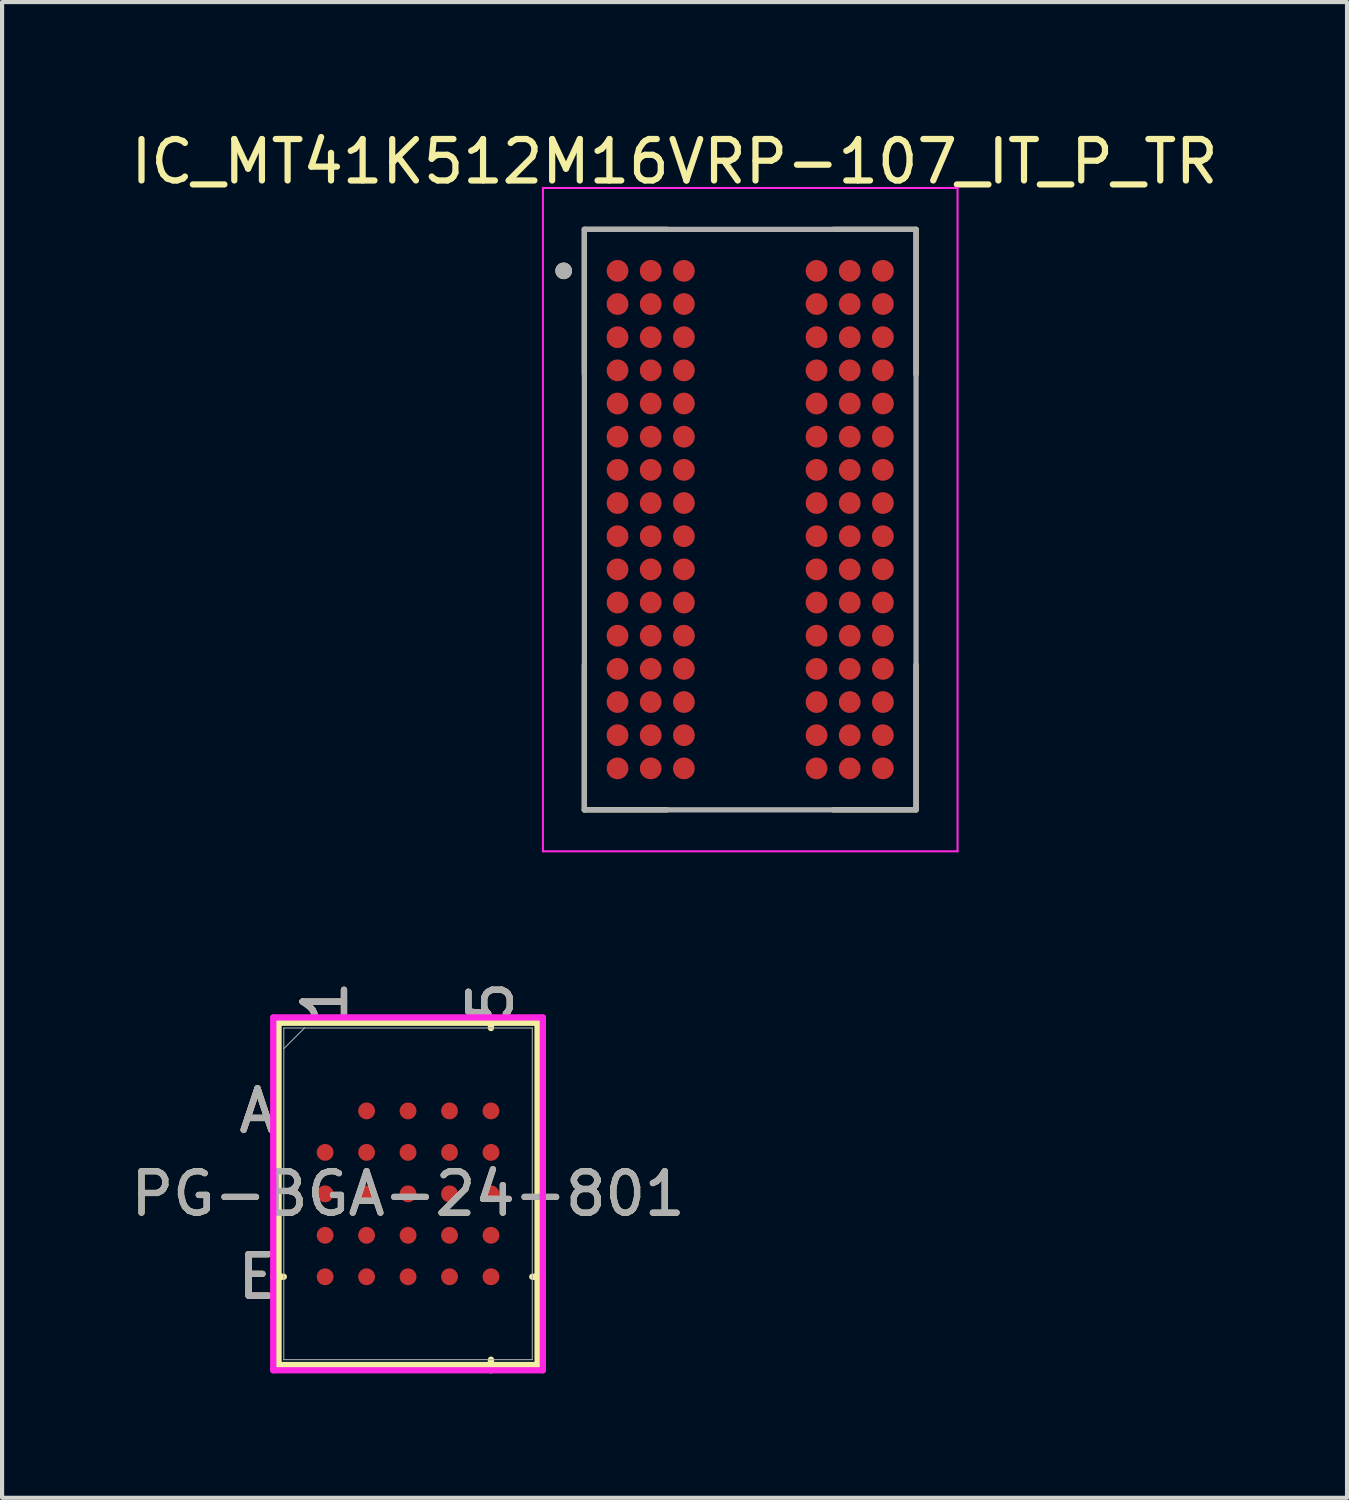
<source format=kicad_pcb>
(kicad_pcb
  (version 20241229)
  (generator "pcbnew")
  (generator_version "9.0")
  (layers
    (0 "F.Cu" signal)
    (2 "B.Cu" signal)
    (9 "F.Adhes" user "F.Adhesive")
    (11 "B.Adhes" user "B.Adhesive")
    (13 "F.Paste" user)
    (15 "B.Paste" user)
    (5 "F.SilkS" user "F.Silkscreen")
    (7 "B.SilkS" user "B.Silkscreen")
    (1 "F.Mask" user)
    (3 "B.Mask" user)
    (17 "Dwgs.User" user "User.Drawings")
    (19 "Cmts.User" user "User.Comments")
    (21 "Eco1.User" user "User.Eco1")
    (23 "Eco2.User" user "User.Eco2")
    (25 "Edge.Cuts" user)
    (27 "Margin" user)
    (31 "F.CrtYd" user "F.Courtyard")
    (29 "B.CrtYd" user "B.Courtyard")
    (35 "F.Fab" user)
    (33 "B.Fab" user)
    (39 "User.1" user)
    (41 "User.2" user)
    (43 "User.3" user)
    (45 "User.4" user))
  (footprint "IC_MT41K512M16VRP-107_IT_P_TR"
    (layer "F.Cu")
    (at 15.045 9.483)
    (property "Reference" "IC_MT41K512M16VRP-107_IT_P_TR" (at -1.825 -8.635 0) (layer "F.SilkS") (effects (font (size 1 1) (thickness 0.15))))
    (attr smd)
    (fp_line (start -4 -7) (end -4 -3.5) (stroke (width 0.127) (type solid)) (layer "F.SilkS"))
    (fp_line (start -4 -7) (end -2 -7) (stroke (width 0.127) (type solid)) (layer "F.SilkS"))
    (fp_line (start -4 3.5) (end -4 7) (stroke (width 0.127) (type solid)) (layer "F.SilkS"))
    (fp_line (start -4 7) (end -2 7) (stroke (width 0.127) (type solid)) (layer "F.SilkS"))
    (fp_line (start 2 -7) (end 4 -7) (stroke (width 0.127) (type solid)) (layer "F.SilkS"))
    (fp_line (start 2 7) (end 4 7) (stroke (width 0.127) (type solid)) (layer "F.SilkS"))
    (fp_line (start 4 -7) (end 4 -3.5) (stroke (width 0.127) (type solid)) (layer "F.SilkS"))
    (fp_line (start 4 3.5) (end 4 7) (stroke (width 0.127) (type solid)) (layer "F.SilkS"))
    (fp_circle (center -4.5 -6) (end -4.4 -6) (stroke (width 0.2) (type solid)) (fill no) (layer "F.SilkS"))
    (fp_line (start -5 -8) (end 5 -8) (stroke (width 0.05) (type solid)) (layer "F.CrtYd"))
    (fp_line (start -5 8) (end -5 -8) (stroke (width 0.05) (type solid)) (layer "F.CrtYd"))
    (fp_line (start -5 8) (end 5 8) (stroke (width 0.05) (type solid)) (layer "F.CrtYd"))
    (fp_line (start 5 8) (end 5 -8) (stroke (width 0.05) (type solid)) (layer "F.CrtYd"))
    (fp_line (start -4 7) (end -4 -7) (stroke (width 0.127) (type solid)) (layer "F.Fab"))
    (fp_line (start 4 -7) (end -4 -7) (stroke (width 0.127) (type solid)) (layer "F.Fab"))
    (fp_line (start 4 7) (end -4 7) (stroke (width 0.127) (type solid)) (layer "F.Fab"))
    (fp_line (start 4 7) (end 4 -7) (stroke (width 0.127) (type solid)) (layer "F.Fab"))
    (fp_circle (center -4.5 -6) (end -4.4 -6) (stroke (width 0.2) (type solid)) (fill no) (layer "F.Fab"))
    (pad "A1" smd circle (at -3.2 -6) (size 0.525 0.525) (layers "F.Cu" "F.Mask" "F.Paste"))
    (pad "A2" smd circle (at -2.4 -6) (size 0.525 0.525) (layers "F.Cu" "F.Mask" "F.Paste"))
    (pad "A3" smd circle (at -1.6 -6) (size 0.525 0.525) (layers "F.Cu" "F.Mask" "F.Paste"))
    (pad "A7" smd circle (at 1.6 -6) (size 0.525 0.525) (layers "F.Cu" "F.Mask" "F.Paste"))
    (pad "A8" smd circle (at 2.4 -6) (size 0.525 0.525) (layers "F.Cu" "F.Mask" "F.Paste"))
    (pad "A9" smd circle (at 3.2 -6) (size 0.525 0.525) (layers "F.Cu" "F.Mask" "F.Paste"))
    (pad "B1" smd circle (at -3.2 -5.2) (size 0.525 0.525) (layers "F.Cu" "F.Mask" "F.Paste"))
    (pad "B2" smd circle (at -2.4 -5.2) (size 0.525 0.525) (layers "F.Cu" "F.Mask" "F.Paste"))
    (pad "B3" smd circle (at -1.6 -5.2) (size 0.525 0.525) (layers "F.Cu" "F.Mask" "F.Paste"))
    (pad "B7" smd circle (at 1.6 -5.2) (size 0.525 0.525) (layers "F.Cu" "F.Mask" "F.Paste"))
    (pad "B8" smd circle (at 2.4 -5.2) (size 0.525 0.525) (layers "F.Cu" "F.Mask" "F.Paste"))
    (pad "B9" smd circle (at 3.2 -5.2) (size 0.525 0.525) (layers "F.Cu" "F.Mask" "F.Paste"))
    (pad "C1" smd circle (at -3.2 -4.4) (size 0.525 0.525) (layers "F.Cu" "F.Mask" "F.Paste"))
    (pad "C2" smd circle (at -2.4 -4.4) (size 0.525 0.525) (layers "F.Cu" "F.Mask" "F.Paste"))
    (pad "C3" smd circle (at -1.6 -4.4) (size 0.525 0.525) (layers "F.Cu" "F.Mask" "F.Paste"))
    (pad "C7" smd circle (at 1.6 -4.4) (size 0.525 0.525) (layers "F.Cu" "F.Mask" "F.Paste"))
    (pad "C8" smd circle (at 2.4 -4.4) (size 0.525 0.525) (layers "F.Cu" "F.Mask" "F.Paste"))
    (pad "C9" smd circle (at 3.2 -4.4) (size 0.525 0.525) (layers "F.Cu" "F.Mask" "F.Paste"))
    (pad "D1" smd circle (at -3.2 -3.6) (size 0.525 0.525) (layers "F.Cu" "F.Mask" "F.Paste"))
    (pad "D2" smd circle (at -2.4 -3.6) (size 0.525 0.525) (layers "F.Cu" "F.Mask" "F.Paste"))
    (pad "D3" smd circle (at -1.6 -3.6) (size 0.525 0.525) (layers "F.Cu" "F.Mask" "F.Paste"))
    (pad "D7" smd circle (at 1.6 -3.6) (size 0.525 0.525) (layers "F.Cu" "F.Mask" "F.Paste"))
    (pad "D8" smd circle (at 2.4 -3.6) (size 0.525 0.525) (layers "F.Cu" "F.Mask" "F.Paste"))
    (pad "D9" smd circle (at 3.2 -3.6) (size 0.525 0.525) (layers "F.Cu" "F.Mask" "F.Paste"))
    (pad "E1" smd circle (at -3.2 -2.8) (size 0.525 0.525) (layers "F.Cu" "F.Mask" "F.Paste"))
    (pad "E2" smd circle (at -2.4 -2.8) (size 0.525 0.525) (layers "F.Cu" "F.Mask" "F.Paste"))
    (pad "E3" smd circle (at -1.6 -2.8) (size 0.525 0.525) (layers "F.Cu" "F.Mask" "F.Paste"))
    (pad "E7" smd circle (at 1.6 -2.8) (size 0.525 0.525) (layers "F.Cu" "F.Mask" "F.Paste"))
    (pad "E8" smd circle (at 2.4 -2.8) (size 0.525 0.525) (layers "F.Cu" "F.Mask" "F.Paste"))
    (pad "E9" smd circle (at 3.2 -2.8) (size 0.525 0.525) (layers "F.Cu" "F.Mask" "F.Paste"))
    (pad "F1" smd circle (at -3.2 -2) (size 0.525 0.525) (layers "F.Cu" "F.Mask" "F.Paste"))
    (pad "F2" smd circle (at -2.4 -2) (size 0.525 0.525) (layers "F.Cu" "F.Mask" "F.Paste"))
    (pad "F3" smd circle (at -1.6 -2) (size 0.525 0.525) (layers "F.Cu" "F.Mask" "F.Paste"))
    (pad "F7" smd circle (at 1.6 -2) (size 0.525 0.525) (layers "F.Cu" "F.Mask" "F.Paste"))
    (pad "F8" smd circle (at 2.4 -2) (size 0.525 0.525) (layers "F.Cu" "F.Mask" "F.Paste"))
    (pad "F9" smd circle (at 3.2 -2) (size 0.525 0.525) (layers "F.Cu" "F.Mask" "F.Paste"))
    (pad "G1" smd circle (at -3.2 -1.2) (size 0.525 0.525) (layers "F.Cu" "F.Mask" "F.Paste"))
    (pad "G2" smd circle (at -2.4 -1.2) (size 0.525 0.525) (layers "F.Cu" "F.Mask" "F.Paste"))
    (pad "G3" smd circle (at -1.6 -1.2) (size 0.525 0.525) (layers "F.Cu" "F.Mask" "F.Paste"))
    (pad "G7" smd circle (at 1.6 -1.2) (size 0.525 0.525) (layers "F.Cu" "F.Mask" "F.Paste"))
    (pad "G8" smd circle (at 2.4 -1.2) (size 0.525 0.525) (layers "F.Cu" "F.Mask" "F.Paste"))
    (pad "G9" smd circle (at 3.2 -1.2) (size 0.525 0.525) (layers "F.Cu" "F.Mask" "F.Paste"))
    (pad "H1" smd circle (at -3.2 -0.4) (size 0.525 0.525) (layers "F.Cu" "F.Mask" "F.Paste"))
    (pad "H2" smd circle (at -2.4 -0.4) (size 0.525 0.525) (layers "F.Cu" "F.Mask" "F.Paste"))
    (pad "H3" smd circle (at -1.6 -0.4) (size 0.525 0.525) (layers "F.Cu" "F.Mask" "F.Paste"))
    (pad "H7" smd circle (at 1.6 -0.4) (size 0.525 0.525) (layers "F.Cu" "F.Mask" "F.Paste"))
    (pad "H8" smd circle (at 2.4 -0.4) (size 0.525 0.525) (layers "F.Cu" "F.Mask" "F.Paste"))
    (pad "H9" smd circle (at 3.2 -0.4) (size 0.525 0.525) (layers "F.Cu" "F.Mask" "F.Paste"))
    (pad "J1" smd circle (at -3.2 0.4) (size 0.525 0.525) (layers "F.Cu" "F.Mask" "F.Paste"))
    (pad "J2" smd circle (at -2.4 0.4) (size 0.525 0.525) (layers "F.Cu" "F.Mask" "F.Paste"))
    (pad "J3" smd circle (at -1.6 0.4) (size 0.525 0.525) (layers "F.Cu" "F.Mask" "F.Paste"))
    (pad "J7" smd circle (at 1.6 0.4) (size 0.525 0.525) (layers "F.Cu" "F.Mask" "F.Paste"))
    (pad "J8" smd circle (at 2.4 0.4) (size 0.525 0.525) (layers "F.Cu" "F.Mask" "F.Paste"))
    (pad "J9" smd circle (at 3.2 0.4) (size 0.525 0.525) (layers "F.Cu" "F.Mask" "F.Paste"))
    (pad "K1" smd circle (at -3.2 1.2) (size 0.525 0.525) (layers "F.Cu" "F.Mask" "F.Paste"))
    (pad "K2" smd circle (at -2.4 1.2) (size 0.525 0.525) (layers "F.Cu" "F.Mask" "F.Paste"))
    (pad "K3" smd circle (at -1.6 1.2) (size 0.525 0.525) (layers "F.Cu" "F.Mask" "F.Paste"))
    (pad "K7" smd circle (at 1.6 1.2) (size 0.525 0.525) (layers "F.Cu" "F.Mask" "F.Paste"))
    (pad "K8" smd circle (at 2.4 1.2) (size 0.525 0.525) (layers "F.Cu" "F.Mask" "F.Paste"))
    (pad "K9" smd circle (at 3.2 1.2) (size 0.525 0.525) (layers "F.Cu" "F.Mask" "F.Paste"))
    (pad "L1" smd circle (at -3.2 2) (size 0.525 0.525) (layers "F.Cu" "F.Mask" "F.Paste"))
    (pad "L2" smd circle (at -2.4 2) (size 0.525 0.525) (layers "F.Cu" "F.Mask" "F.Paste"))
    (pad "L3" smd circle (at -1.6 2) (size 0.525 0.525) (layers "F.Cu" "F.Mask" "F.Paste"))
    (pad "L7" smd circle (at 1.6 2) (size 0.525 0.525) (layers "F.Cu" "F.Mask" "F.Paste"))
    (pad "L8" smd circle (at 2.4 2) (size 0.525 0.525) (layers "F.Cu" "F.Mask" "F.Paste"))
    (pad "L9" smd circle (at 3.2 2) (size 0.525 0.525) (layers "F.Cu" "F.Mask" "F.Paste"))
    (pad "M1" smd circle (at -3.2 2.8) (size 0.525 0.525) (layers "F.Cu" "F.Mask" "F.Paste"))
    (pad "M2" smd circle (at -2.4 2.8) (size 0.525 0.525) (layers "F.Cu" "F.Mask" "F.Paste"))
    (pad "M3" smd circle (at -1.6 2.8) (size 0.525 0.525) (layers "F.Cu" "F.Mask" "F.Paste"))
    (pad "M7" smd circle (at 1.6 2.8) (size 0.525 0.525) (layers "F.Cu" "F.Mask" "F.Paste"))
    (pad "M8" smd circle (at 2.4 2.8) (size 0.525 0.525) (layers "F.Cu" "F.Mask" "F.Paste"))
    (pad "M9" smd circle (at 3.2 2.8) (size 0.525 0.525) (layers "F.Cu" "F.Mask" "F.Paste"))
    (pad "N1" smd circle (at -3.2 3.6) (size 0.525 0.525) (layers "F.Cu" "F.Mask" "F.Paste"))
    (pad "N2" smd circle (at -2.4 3.6) (size 0.525 0.525) (layers "F.Cu" "F.Mask" "F.Paste"))
    (pad "N3" smd circle (at -1.6 3.6) (size 0.525 0.525) (layers "F.Cu" "F.Mask" "F.Paste"))
    (pad "N7" smd circle (at 1.6 3.6) (size 0.525 0.525) (layers "F.Cu" "F.Mask" "F.Paste"))
    (pad "N8" smd circle (at 2.4 3.6) (size 0.525 0.525) (layers "F.Cu" "F.Mask" "F.Paste"))
    (pad "N9" smd circle (at 3.2 3.6) (size 0.525 0.525) (layers "F.Cu" "F.Mask" "F.Paste"))
    (pad "P1" smd circle (at -3.2 4.4) (size 0.525 0.525) (layers "F.Cu" "F.Mask" "F.Paste"))
    (pad "P2" smd circle (at -2.4 4.4) (size 0.525 0.525) (layers "F.Cu" "F.Mask" "F.Paste"))
    (pad "P3" smd circle (at -1.6 4.4) (size 0.525 0.525) (layers "F.Cu" "F.Mask" "F.Paste"))
    (pad "P7" smd circle (at 1.6 4.4) (size 0.525 0.525) (layers "F.Cu" "F.Mask" "F.Paste"))
    (pad "P8" smd circle (at 2.4 4.4) (size 0.525 0.525) (layers "F.Cu" "F.Mask" "F.Paste"))
    (pad "P9" smd circle (at 3.2 4.4) (size 0.525 0.525) (layers "F.Cu" "F.Mask" "F.Paste"))
    (pad "R1" smd circle (at -3.2 5.2) (size 0.525 0.525) (layers "F.Cu" "F.Mask" "F.Paste"))
    (pad "R2" smd circle (at -2.4 5.2) (size 0.525 0.525) (layers "F.Cu" "F.Mask" "F.Paste"))
    (pad "R3" smd circle (at -1.6 5.2) (size 0.525 0.525) (layers "F.Cu" "F.Mask" "F.Paste"))
    (pad "R7" smd circle (at 1.6 5.2) (size 0.525 0.525) (layers "F.Cu" "F.Mask" "F.Paste"))
    (pad "R8" smd circle (at 2.4 5.2) (size 0.525 0.525) (layers "F.Cu" "F.Mask" "F.Paste"))
    (pad "R9" smd circle (at 3.2 5.2) (size 0.525 0.525) (layers "F.Cu" "F.Mask" "F.Paste"))
    (pad "T1" smd circle (at -3.2 6) (size 0.525 0.525) (layers "F.Cu" "F.Mask" "F.Paste"))
    (pad "T2" smd circle (at -2.4 6) (size 0.525 0.525) (layers "F.Cu" "F.Mask" "F.Paste"))
    (pad "T3" smd circle (at -1.6 6) (size 0.525 0.525) (layers "F.Cu" "F.Mask" "F.Paste"))
    (pad "T7" smd circle (at 1.6 6) (size 0.525 0.525) (layers "F.Cu" "F.Mask" "F.Paste"))
    (pad "T8" smd circle (at 2.4 6) (size 0.525 0.525) (layers "F.Cu" "F.Mask" "F.Paste"))
    (pad "T9" smd circle (at 3.2 6) (size 0.525 0.525) (layers "F.Cu" "F.Mask" "F.Paste")))
  (footprint "PG-BGA-24-801"
    (layer "F.Cu")
    (at 6.792 25.745)
    (property "Reference" "PG-BGA-24-801" (at 0 0 0) (unlocked yes) (layer "F.SilkS") (effects (font (size 1 1) (thickness 0.15))))
    (attr smd)
    (fp_line (start -3.124 -4.128) (end -3.124 4.128) (stroke (width 0.152) (type solid)) (layer "F.SilkS"))
    (fp_line (start -3.124 4.128) (end 3.124 4.128) (stroke (width 0.152) (type solid)) (layer "F.SilkS"))
    (fp_line (start -2.997 2) (end -3.251 2) (stroke (width 0.152) (type solid)) (layer "F.SilkS"))
    (fp_line (start 2 -4) (end 2 -4.255) (stroke (width 0.152) (type solid)) (layer "F.SilkS"))
    (fp_line (start 2 4) (end 2 4.255) (stroke (width 0.152) (type solid)) (layer "F.SilkS"))
    (fp_line (start 2.997 2) (end 3.251 2) (stroke (width 0.152) (type solid)) (layer "F.SilkS"))
    (fp_line (start 3.124 -4.128) (end -3.124 -4.128) (stroke (width 0.152) (type solid)) (layer "F.SilkS"))
    (fp_line (start 3.124 4.128) (end 3.124 -4.128) (stroke (width 0.152) (type solid)) (layer "F.SilkS"))
    (fp_poly (pts (xy -3.008 -3.008) (xy 3.008 -3.008) (xy 3.008 3.008) (xy -3.008 3.008)) (stroke (width 0.1) (type solid)) (fill no) (layer "Eco2.User"))
    (fp_line (start -3.251 -4.255) (end 3.251 -4.255) (stroke (width 0.152) (type solid)) (layer "F.CrtYd"))
    (fp_line (start -3.251 4.255) (end -3.251 -4.255) (stroke (width 0.152) (type solid)) (layer "F.CrtYd"))
    (fp_line (start 3.251 -4.255) (end 3.251 4.255) (stroke (width 0.152) (type solid)) (layer "F.CrtYd"))
    (fp_line (start 3.251 4.255) (end -3.251 4.255) (stroke (width 0.152) (type solid)) (layer "F.CrtYd"))
    (fp_line (start -2.997 -4) (end -2.997 4) (stroke (width 0.025) (type solid)) (layer "F.Fab"))
    (fp_line (start -2.997 4) (end 2.997 4) (stroke (width 0.025) (type solid)) (layer "F.Fab"))
    (fp_line (start -2.497 -4) (end -2.997 -3.501) (stroke (width 0.025) (type solid)) (layer "F.Fab"))
    (fp_line (start 2.997 -4) (end -2.997 -4) (stroke (width 0.025) (type solid)) (layer "F.Fab"))
    (fp_line (start 2.997 4) (end 2.997 -4) (stroke (width 0.025) (type solid)) (layer "F.Fab"))
    (fp_text user "5" (at 2 -4.636 90) (unlocked yes) (layer "F.SilkS") (effects (font (size 1 1) (thickness 0.15))))
    (fp_text user "A" (at -3.632 -2 0) (unlocked yes) (layer "F.SilkS") (effects (font (size 1 1) (thickness 0.15))))
    (fp_text user "1" (at -2 -4.636 90) (unlocked yes) (layer "F.SilkS") (effects (font (size 1 1) (thickness 0.15))))
    (fp_text user "E" (at -3.632 2 0) (unlocked yes) (layer "F.SilkS") (effects (font (size 1 1) (thickness 0.15))))
    (fp_text user "5" (at 2 -4.636 90) (unlocked yes) (layer "B.SilkS") (effects (font (size 1 1) (thickness 0.15))))
    (fp_text user "1" (at -2 -4.636 90) (unlocked yes) (layer "B.SilkS") (effects (font (size 1 1) (thickness 0.15))))
    (fp_text user "E" (at -3.632 2 0) (unlocked yes) (layer "B.SilkS") (effects (font (size 1 1) (thickness 0.15))))
    (fp_text user "A" (at -3.632 -2 0) (unlocked yes) (layer "B.SilkS") (effects (font (size 1 1) (thickness 0.15))))
    (fp_text user "1" (at -2 -4.636 90) (unlocked yes) (layer "F.Fab") (effects (font (size 1 1) (thickness 0.15))))
    (fp_text user "5" (at 2 -4.636 90) (unlocked yes) (layer "F.Fab") (effects (font (size 1 1) (thickness 0.15))))
    (fp_text user "A" (at -3.632 -2 0) (unlocked yes) (layer "F.Fab") (effects (font (size 1 1) (thickness 0.15))))
    (fp_text user "E" (at -3.632 2 0) (unlocked yes) (layer "F.Fab") (effects (font (size 1 1) (thickness 0.15))))
    (fp_text user "${REFERENCE}" (at 0 0 0) (unlocked yes) (layer "F.Fab") (effects (font (size 1 1) (thickness 0.15))))
    (pad "A2" smd circle (at -1 -2) (size 0.406 0.406) (layers "F.Cu" "F.Mask" "F.Paste"))
    (pad "A3" smd circle (at 0 -2) (size 0.406 0.406) (layers "F.Cu" "F.Mask" "F.Paste"))
    (pad "A4" smd circle (at 1 -2) (size 0.406 0.406) (layers "F.Cu" "F.Mask" "F.Paste"))
    (pad "A5" smd circle (at 2 -2) (size 0.406 0.406) (layers "F.Cu" "F.Mask" "F.Paste"))
    (pad "B1" smd circle (at -2 -1) (size 0.406 0.406) (layers "F.Cu" "F.Mask" "F.Paste"))
    (pad "B2" smd circle (at -1 -1) (size 0.406 0.406) (layers "F.Cu" "F.Mask" "F.Paste"))
    (pad "B3" smd circle (at 0 -1) (size 0.406 0.406) (layers "F.Cu" "F.Mask" "F.Paste"))
    (pad "B4" smd circle (at 1 -1) (size 0.406 0.406) (layers "F.Cu" "F.Mask" "F.Paste"))
    (pad "B5" smd circle (at 2 -1) (size 0.406 0.406) (layers "F.Cu" "F.Mask" "F.Paste"))
    (pad "C1" smd circle (at -2 0) (size 0.406 0.406) (layers "F.Cu" "F.Mask" "F.Paste"))
    (pad "C2" smd circle (at -1 0) (size 0.406 0.406) (layers "F.Cu" "F.Mask" "F.Paste"))
    (pad "C3" smd circle (at 0 0) (size 0.406 0.406) (layers "F.Cu" "F.Mask" "F.Paste"))
    (pad "C4" smd circle (at 1 0) (size 0.406 0.406) (layers "F.Cu" "F.Mask" "F.Paste"))
    (pad "C5" smd circle (at 2 0) (size 0.406 0.406) (layers "F.Cu" "F.Mask" "F.Paste"))
    (pad "D1" smd circle (at -2 1) (size 0.406 0.406) (layers "F.Cu" "F.Mask" "F.Paste"))
    (pad "D2" smd circle (at -1 1) (size 0.406 0.406) (layers "F.Cu" "F.Mask" "F.Paste"))
    (pad "D3" smd circle (at 0 1) (size 0.406 0.406) (layers "F.Cu" "F.Mask" "F.Paste"))
    (pad "D4" smd circle (at 1 1) (size 0.406 0.406) (layers "F.Cu" "F.Mask" "F.Paste"))
    (pad "D5" smd circle (at 2 1) (size 0.406 0.406) (layers "F.Cu" "F.Mask" "F.Paste"))
    (pad "E1" smd circle (at -2 2) (size 0.406 0.406) (layers "F.Cu" "F.Mask" "F.Paste"))
    (pad "E2" smd circle (at -1 2) (size 0.406 0.406) (layers "F.Cu" "F.Mask" "F.Paste"))
    (pad "E3" smd circle (at 0 2) (size 0.406 0.406) (layers "F.Cu" "F.Mask" "F.Paste"))
    (pad "E4" smd circle (at 1 2) (size 0.406 0.406) (layers "F.Cu" "F.Mask" "F.Paste"))
    (pad "E5" smd circle (at 2 2) (size 0.406 0.406) (layers "F.Cu" "F.Mask" "F.Paste")))
  (gr_rect
    (start -3 -3)
    (end 29.44 33.076)
    (stroke (width 0.1) (type default))
    (fill no)
    (layer "Edge.Cuts")))
</source>
